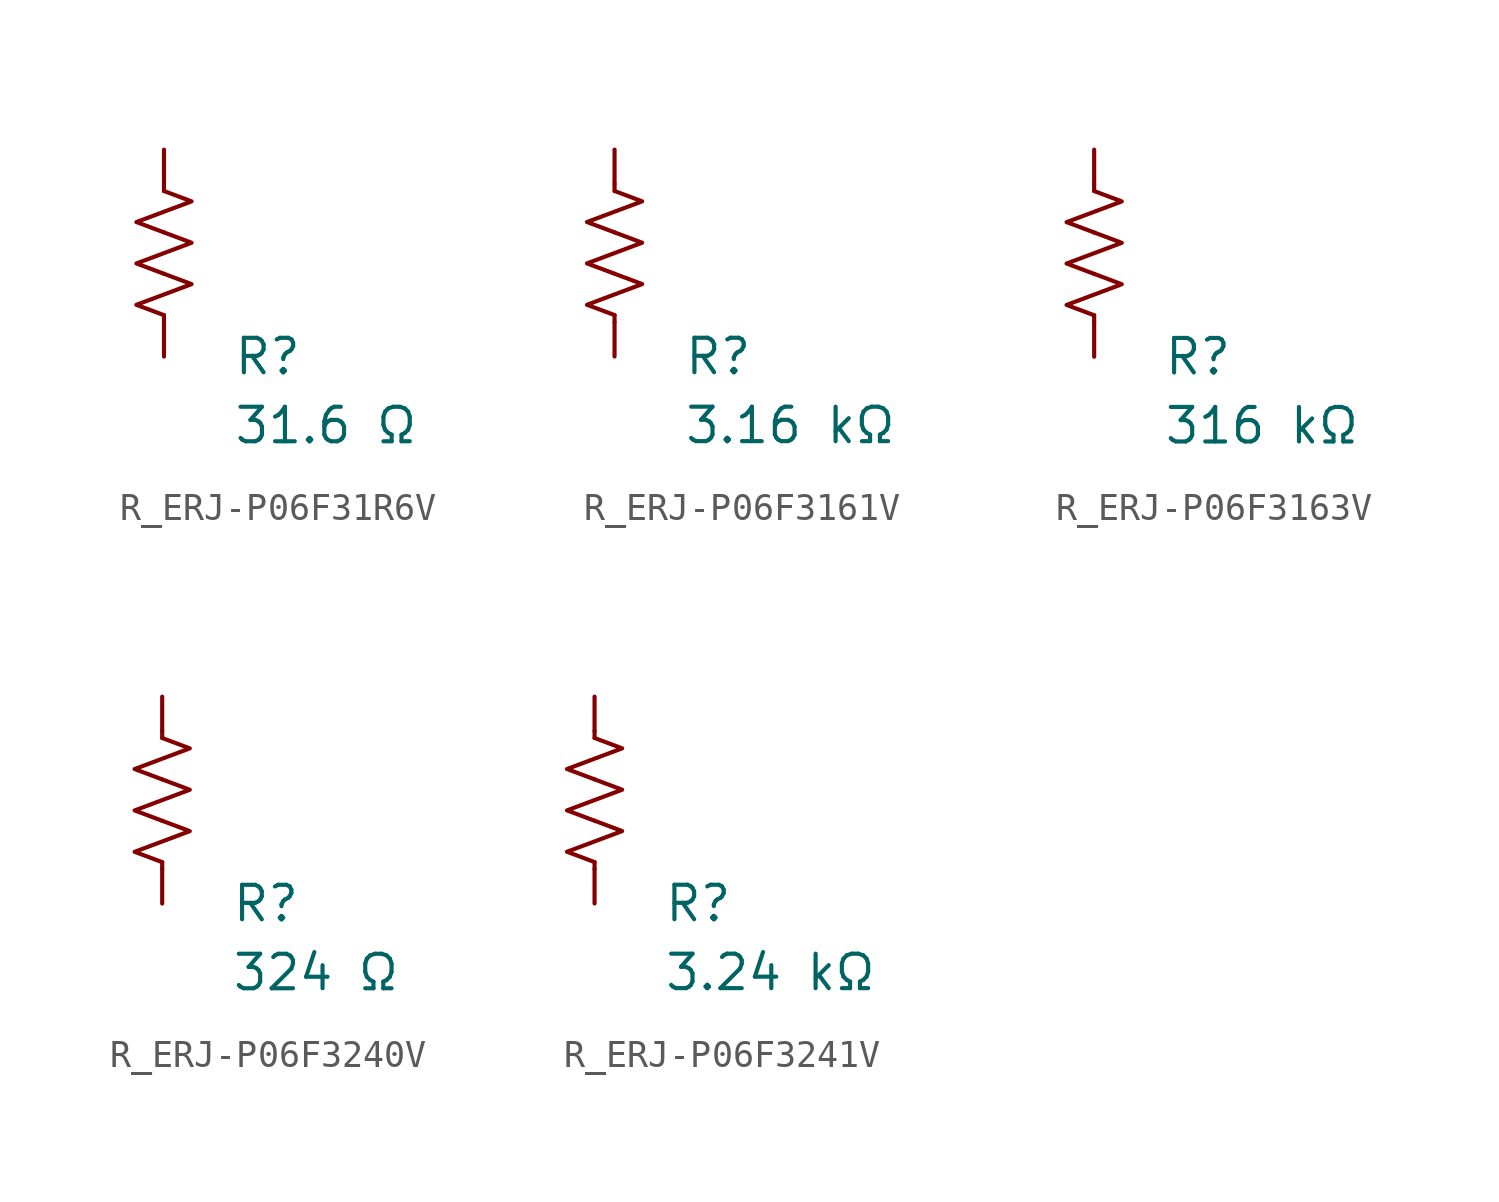
<source format=kicad_sym>
(kicad_symbol_lib
  (version 20231120)
  (generator "kicad_symbol_editor")
  (generator_version "8.0")
  (symbol "R_ERJ-P06F31R6V"
    (pin_numbers hide)
    (pin_names
      (offset 0))
    (property "Reference" "R"
      (at 2.54 -3.81 0)
      (effects (font (size 1.27 1.27)) (justify left))
      (show_name no))
    (property "Value" "31.6 Ω"
      (at 2.54 -6.35 0)
      (effects (font (size 1.27 1.27)) (justify left))
      (show_name no))
    (symbol "R_ERJ-P06F31R6V_0_1"
      (polyline (pts (xy 0 -2.286) (xy 0 -2.54)) (stroke (width 0) (type default)) (fill (type none)))
      (polyline (pts (xy 0 2.286) (xy 0 2.54)) (stroke (width 0) (type default)) (fill (type none)))
      (polyline (pts (xy 0 -0.762) (xy 1.016 -1.143) (xy 0 -1.524) (xy -1.016 -1.905) (xy 0 -2.286)) (stroke (width 0) (type default)) (fill (type none)))
      (polyline (pts (xy 0 0.762) (xy 1.016 0.381) (xy 0 0) (xy -1.016 -0.381) (xy 0 -0.762)) (stroke (width 0) (type default)) (fill (type none)))
      (polyline (pts (xy 0 2.286) (xy 1.016 1.905) (xy 0 1.524) (xy -1.016 1.143) (xy 0 0.762)) (stroke (width 0) (type default)) (fill (type none))))
    (symbol "R_ERJ-P06F31R6V_1_1"
      (pin passive line (at 0 3.81 270) (length 1.27) (name "~" (effects (font (size 1.27 1.27)))) (number "1" (effects (font (size 1.27 1.27)))))
      (pin passive line (at 0 -3.81 90) (length 1.27) (name "~" (effects (font (size 1.27 1.27)))) (number "2" (effects (font (size 1.27 1.27)))))))
  (symbol "R_ERJ-P06F3161V"
    (pin_numbers hide)
    (pin_names
      (offset 0))
    (property "Reference" "R"
      (at 2.54 -3.81 0)
      (effects (font (size 1.27 1.27)) (justify left))
      (show_name no))
    (property "Value" "3.16 kΩ"
      (at 2.54 -6.35 0)
      (effects (font (size 1.27 1.27)) (justify left))
      (show_name no))
    (symbol "R_ERJ-P06F3161V_0_1"
      (polyline (pts (xy 0 -2.286) (xy 0 -2.54)) (stroke (width 0) (type default)) (fill (type none)))
      (polyline (pts (xy 0 2.286) (xy 0 2.54)) (stroke (width 0) (type default)) (fill (type none)))
      (polyline (pts (xy 0 -0.762) (xy 1.016 -1.143) (xy 0 -1.524) (xy -1.016 -1.905) (xy 0 -2.286)) (stroke (width 0) (type default)) (fill (type none)))
      (polyline (pts (xy 0 0.762) (xy 1.016 0.381) (xy 0 0) (xy -1.016 -0.381) (xy 0 -0.762)) (stroke (width 0) (type default)) (fill (type none)))
      (polyline (pts (xy 0 2.286) (xy 1.016 1.905) (xy 0 1.524) (xy -1.016 1.143) (xy 0 0.762)) (stroke (width 0) (type default)) (fill (type none))))
    (symbol "R_ERJ-P06F3161V_1_1"
      (pin passive line (at 0 3.81 270) (length 1.27) (name "~" (effects (font (size 1.27 1.27)))) (number "1" (effects (font (size 1.27 1.27)))))
      (pin passive line (at 0 -3.81 90) (length 1.27) (name "~" (effects (font (size 1.27 1.27)))) (number "2" (effects (font (size 1.27 1.27)))))))
  (symbol "R_ERJ-P06F3163V"
    (pin_numbers hide)
    (pin_names
      (offset 0))
    (property "Reference" "R"
      (at 2.54 -3.81 0)
      (effects (font (size 1.27 1.27)) (justify left))
      (show_name no))
    (property "Value" "316 kΩ"
      (at 2.54 -6.35 0)
      (effects (font (size 1.27 1.27)) (justify left))
      (show_name no))
    (symbol "R_ERJ-P06F3163V_0_1"
      (polyline (pts (xy 0 -2.286) (xy 0 -2.54)) (stroke (width 0) (type default)) (fill (type none)))
      (polyline (pts (xy 0 2.286) (xy 0 2.54)) (stroke (width 0) (type default)) (fill (type none)))
      (polyline (pts (xy 0 -0.762) (xy 1.016 -1.143) (xy 0 -1.524) (xy -1.016 -1.905) (xy 0 -2.286)) (stroke (width 0) (type default)) (fill (type none)))
      (polyline (pts (xy 0 0.762) (xy 1.016 0.381) (xy 0 0) (xy -1.016 -0.381) (xy 0 -0.762)) (stroke (width 0) (type default)) (fill (type none)))
      (polyline (pts (xy 0 2.286) (xy 1.016 1.905) (xy 0 1.524) (xy -1.016 1.143) (xy 0 0.762)) (stroke (width 0) (type default)) (fill (type none))))
    (symbol "R_ERJ-P06F3163V_1_1"
      (pin passive line (at 0 3.81 270) (length 1.27) (name "~" (effects (font (size 1.27 1.27)))) (number "1" (effects (font (size 1.27 1.27)))))
      (pin passive line (at 0 -3.81 90) (length 1.27) (name "~" (effects (font (size 1.27 1.27)))) (number "2" (effects (font (size 1.27 1.27)))))))
  (symbol "R_ERJ-P06F3240V"
    (pin_numbers hide)
    (pin_names
      (offset 0))
    (property "Reference" "R"
      (at 2.54 -3.81 0)
      (effects (font (size 1.27 1.27)) (justify left))
      (show_name no))
    (property "Value" "324 Ω"
      (at 2.54 -6.35 0)
      (effects (font (size 1.27 1.27)) (justify left))
      (show_name no))
    (symbol "R_ERJ-P06F3240V_0_1"
      (polyline (pts (xy 0 -2.286) (xy 0 -2.54)) (stroke (width 0) (type default)) (fill (type none)))
      (polyline (pts (xy 0 2.286) (xy 0 2.54)) (stroke (width 0) (type default)) (fill (type none)))
      (polyline (pts (xy 0 -0.762) (xy 1.016 -1.143) (xy 0 -1.524) (xy -1.016 -1.905) (xy 0 -2.286)) (stroke (width 0) (type default)) (fill (type none)))
      (polyline (pts (xy 0 0.762) (xy 1.016 0.381) (xy 0 0) (xy -1.016 -0.381) (xy 0 -0.762)) (stroke (width 0) (type default)) (fill (type none)))
      (polyline (pts (xy 0 2.286) (xy 1.016 1.905) (xy 0 1.524) (xy -1.016 1.143) (xy 0 0.762)) (stroke (width 0) (type default)) (fill (type none))))
    (symbol "R_ERJ-P06F3240V_1_1"
      (pin passive line (at 0 3.81 270) (length 1.27) (name "~" (effects (font (size 1.27 1.27)))) (number "1" (effects (font (size 1.27 1.27)))))
      (pin passive line (at 0 -3.81 90) (length 1.27) (name "~" (effects (font (size 1.27 1.27)))) (number "2" (effects (font (size 1.27 1.27)))))))
  (symbol "R_ERJ-P06F3241V"
    (pin_numbers hide)
    (pin_names
      (offset 0))
    (property "Reference" "R"
      (at 2.54 -3.81 0)
      (effects (font (size 1.27 1.27)) (justify left))
      (show_name no))
    (property "Value" "3.24 kΩ"
      (at 2.54 -6.35 0)
      (effects (font (size 1.27 1.27)) (justify left))
      (show_name no))
    (symbol "R_ERJ-P06F3241V_0_1"
      (polyline (pts (xy 0 -2.286) (xy 0 -2.54)) (stroke (width 0) (type default)) (fill (type none)))
      (polyline (pts (xy 0 2.286) (xy 0 2.54)) (stroke (width 0) (type default)) (fill (type none)))
      (polyline (pts (xy 0 -0.762) (xy 1.016 -1.143) (xy 0 -1.524) (xy -1.016 -1.905) (xy 0 -2.286)) (stroke (width 0) (type default)) (fill (type none)))
      (polyline (pts (xy 0 0.762) (xy 1.016 0.381) (xy 0 0) (xy -1.016 -0.381) (xy 0 -0.762)) (stroke (width 0) (type default)) (fill (type none)))
      (polyline (pts (xy 0 2.286) (xy 1.016 1.905) (xy 0 1.524) (xy -1.016 1.143) (xy 0 0.762)) (stroke (width 0) (type default)) (fill (type none))))
    (symbol "R_ERJ-P06F3241V_1_1"
      (pin passive line (at 0 3.81 270) (length 1.27) (name "~" (effects (font (size 1.27 1.27)))) (number "1" (effects (font (size 1.27 1.27)))))
      (pin passive line (at 0 -3.81 90) (length 1.27) (name "~" (effects (font (size 1.27 1.27)))) (number "2" (effects (font (size 1.27 1.27))))))))
</source>
